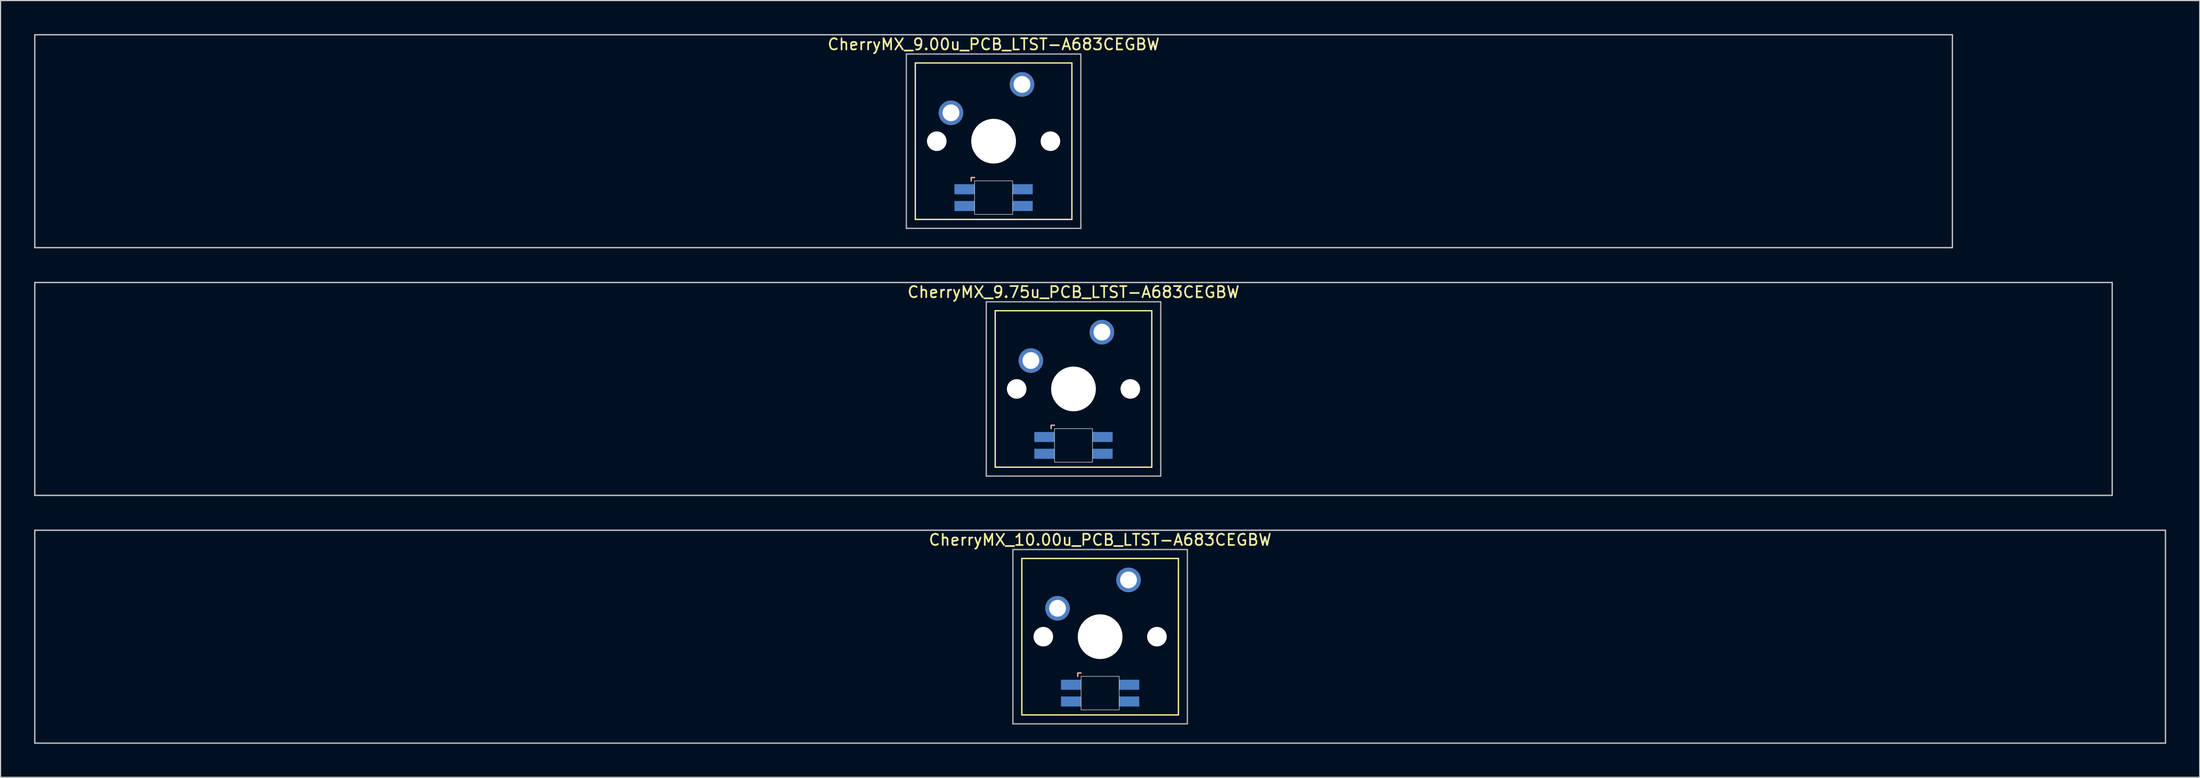
<source format=kicad_pcb>
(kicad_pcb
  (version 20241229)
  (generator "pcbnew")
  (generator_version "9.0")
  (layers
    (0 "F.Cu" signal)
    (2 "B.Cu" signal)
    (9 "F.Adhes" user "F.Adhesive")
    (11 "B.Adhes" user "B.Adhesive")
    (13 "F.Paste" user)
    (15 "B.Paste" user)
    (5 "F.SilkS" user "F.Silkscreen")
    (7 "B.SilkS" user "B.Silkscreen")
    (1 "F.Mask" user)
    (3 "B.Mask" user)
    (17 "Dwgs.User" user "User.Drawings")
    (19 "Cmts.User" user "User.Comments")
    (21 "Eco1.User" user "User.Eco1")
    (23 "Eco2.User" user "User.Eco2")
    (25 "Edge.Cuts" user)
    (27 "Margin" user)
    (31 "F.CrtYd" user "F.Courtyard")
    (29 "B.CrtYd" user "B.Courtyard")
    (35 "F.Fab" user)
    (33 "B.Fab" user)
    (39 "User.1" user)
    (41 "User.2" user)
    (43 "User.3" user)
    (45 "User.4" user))
  (footprint "CherryMX_10.00u_PCB_LTST-A683CEGBW"
    (layer "F.Cu")
    (at 95.31 53.925)
    (property "Reference" "CherryMX_10.00u_PCB_LTST-A683CEGBW" (at 0 -8.662 0) (layer "F.SilkS") (effects (font (size 1 1) (thickness 0.15))))
    (attr through_hole)
    (fp_line (start -7 -7) (end -7 7) (stroke (width 0.12) (type solid)) (layer "F.SilkS"))
    (fp_line (start -7 -7) (end 7 -7) (stroke (width 0.12) (type solid)) (layer "F.SilkS"))
    (fp_line (start 7 -7) (end 7 7) (stroke (width 0.12) (type solid)) (layer "F.SilkS"))
    (fp_line (start 7 7) (end -7 7) (stroke (width 0.12) (type solid)) (layer "F.SilkS"))
    (fp_line (start -2 3.25) (end -2 3.55) (stroke (width 0.12) (type solid)) (layer "B.SilkS"))
    (fp_line (start -1.7 3.25) (end -2 3.25) (stroke (width 0.12) (type solid)) (layer "B.SilkS"))
    (fp_line (start -95.25 -9.525) (end 95.25 -9.525) (stroke (width 0.12) (type solid)) (layer "Dwgs.User"))
    (fp_line (start -95.25 9.525) (end -95.25 -9.525) (stroke (width 0.12) (type solid)) (layer "Dwgs.User"))
    (fp_line (start 95.25 -9.525) (end 95.25 9.525) (stroke (width 0.12) (type solid)) (layer "Dwgs.User"))
    (fp_line (start 95.25 9.525) (end -95.25 9.525) (stroke (width 0.12) (type solid)) (layer "Dwgs.User"))
    (fp_line (start -1.7 3.55) (end 1.7 3.55) (stroke (width 0.05) (type solid)) (layer "Edge.Cuts"))
    (fp_line (start -1.7 6.55) (end -1.7 3.55) (stroke (width 0.05) (type solid)) (layer "Edge.Cuts"))
    (fp_line (start 1.7 3.55) (end 1.7 6.55) (stroke (width 0.05) (type solid)) (layer "Edge.Cuts"))
    (fp_line (start 1.7 6.55) (end -1.7 6.55) (stroke (width 0.05) (type solid)) (layer "Edge.Cuts"))
    (fp_line (start -7.8 -7.8) (end -7.8 7.8) (stroke (width 0.12) (type solid)) (layer "F.Fab"))
    (fp_line (start -7.8 -7.8) (end 7.8 -7.8) (stroke (width 0.12) (type solid)) (layer "F.Fab"))
    (fp_line (start -7.8 7.8) (end 7.8 7.8) (stroke (width 0.12) (type solid)) (layer "F.Fab"))
    (fp_line (start 7.8 -7.8) (end 7.8 7.8) (stroke (width 0.12) (type solid)) (layer "F.Fab"))
    (pad "" np_thru_hole circle (at -5.08 0) (size 1.75 1.75) (drill 1.75) (layers "*.Cu" "*.Mask"))
    (pad "" np_thru_hole circle (at 0 0) (size 4 4) (drill 4) (layers "*.Cu" "*.Mask"))
    (pad "" np_thru_hole circle (at 5.08 0) (size 1.75 1.75) (drill 1.75) (layers "*.Cu" "*.Mask"))
    (pad "1" thru_hole circle (at -3.81 -2.54) (size 2.2 2.2) (drill 1.5) (layers "*.Cu" "*.Mask"))
    (pad "2" thru_hole circle (at 2.54 -5.08) (size 2.2 2.2) (drill 1.5) (layers "*.Cu" "*.Mask"))
    (pad "3" smd rect (at -2.6 4.3) (size 1.8 0.9) (layers "B.Cu" "B.Mask" "B.Paste"))
    (pad "4" smd rect (at -2.6 5.8) (size 1.8 0.9) (layers "B.Cu" "B.Mask" "B.Paste"))
    (pad "5" smd rect (at 2.6 4.3) (size 1.8 0.9) (layers "B.Cu" "B.Mask" "B.Paste"))
    (pad "6" smd rect (at 2.6 5.8) (size 1.8 0.9) (layers "B.Cu" "B.Mask" "B.Paste")))
  (footprint "CherryMX_9.00u_PCB_LTST-A683CEGBW"
    (layer "F.Cu")
    (at 85.785 9.585)
    (property "Reference" "CherryMX_9.00u_PCB_LTST-A683CEGBW" (at 0 -8.662 0) (layer "F.SilkS") (effects (font (size 1 1) (thickness 0.15))))
    (attr through_hole)
    (fp_line (start -7 -7) (end -7 7) (stroke (width 0.12) (type solid)) (layer "F.SilkS"))
    (fp_line (start -7 -7) (end 7 -7) (stroke (width 0.12) (type solid)) (layer "F.SilkS"))
    (fp_line (start 7 -7) (end 7 7) (stroke (width 0.12) (type solid)) (layer "F.SilkS"))
    (fp_line (start 7 7) (end -7 7) (stroke (width 0.12) (type solid)) (layer "F.SilkS"))
    (fp_line (start -2 3.25) (end -2 3.55) (stroke (width 0.12) (type solid)) (layer "B.SilkS"))
    (fp_line (start -1.7 3.25) (end -2 3.25) (stroke (width 0.12) (type solid)) (layer "B.SilkS"))
    (fp_line (start -85.725 -9.525) (end 85.725 -9.525) (stroke (width 0.12) (type solid)) (layer "Dwgs.User"))
    (fp_line (start -85.725 9.525) (end -85.725 -9.525) (stroke (width 0.12) (type solid)) (layer "Dwgs.User"))
    (fp_line (start 85.725 -9.525) (end 85.725 9.525) (stroke (width 0.12) (type solid)) (layer "Dwgs.User"))
    (fp_line (start 85.725 9.525) (end -85.725 9.525) (stroke (width 0.12) (type solid)) (layer "Dwgs.User"))
    (fp_line (start -1.7 3.55) (end 1.7 3.55) (stroke (width 0.05) (type solid)) (layer "Edge.Cuts"))
    (fp_line (start -1.7 6.55) (end -1.7 3.55) (stroke (width 0.05) (type solid)) (layer "Edge.Cuts"))
    (fp_line (start 1.7 3.55) (end 1.7 6.55) (stroke (width 0.05) (type solid)) (layer "Edge.Cuts"))
    (fp_line (start 1.7 6.55) (end -1.7 6.55) (stroke (width 0.05) (type solid)) (layer "Edge.Cuts"))
    (fp_line (start -7.8 -7.8) (end -7.8 7.8) (stroke (width 0.12) (type solid)) (layer "F.Fab"))
    (fp_line (start -7.8 -7.8) (end 7.8 -7.8) (stroke (width 0.12) (type solid)) (layer "F.Fab"))
    (fp_line (start -7.8 7.8) (end 7.8 7.8) (stroke (width 0.12) (type solid)) (layer "F.Fab"))
    (fp_line (start 7.8 -7.8) (end 7.8 7.8) (stroke (width 0.12) (type solid)) (layer "F.Fab"))
    (pad "" np_thru_hole circle (at -5.08 0) (size 1.75 1.75) (drill 1.75) (layers "*.Cu" "*.Mask"))
    (pad "" np_thru_hole circle (at 0 0) (size 4 4) (drill 4) (layers "*.Cu" "*.Mask"))
    (pad "" np_thru_hole circle (at 5.08 0) (size 1.75 1.75) (drill 1.75) (layers "*.Cu" "*.Mask"))
    (pad "1" thru_hole circle (at -3.81 -2.54) (size 2.2 2.2) (drill 1.5) (layers "*.Cu" "*.Mask"))
    (pad "2" thru_hole circle (at 2.54 -5.08) (size 2.2 2.2) (drill 1.5) (layers "*.Cu" "*.Mask"))
    (pad "3" smd rect (at -2.6 4.3) (size 1.8 0.9) (layers "B.Cu" "B.Mask" "B.Paste"))
    (pad "4" smd rect (at -2.6 5.8) (size 1.8 0.9) (layers "B.Cu" "B.Mask" "B.Paste"))
    (pad "5" smd rect (at 2.6 4.3) (size 1.8 0.9) (layers "B.Cu" "B.Mask" "B.Paste"))
    (pad "6" smd rect (at 2.6 5.8) (size 1.8 0.9) (layers "B.Cu" "B.Mask" "B.Paste")))
  (footprint "CherryMX_9.75u_PCB_LTST-A683CEGBW"
    (layer "F.Cu")
    (at 92.929 31.755)
    (property "Reference" "CherryMX_9.75u_PCB_LTST-A683CEGBW" (at 0 -8.662 0) (layer "F.SilkS") (effects (font (size 1 1) (thickness 0.15))))
    (attr through_hole)
    (fp_line (start -7 -7) (end -7 7) (stroke (width 0.12) (type solid)) (layer "F.SilkS"))
    (fp_line (start -7 -7) (end 7 -7) (stroke (width 0.12) (type solid)) (layer "F.SilkS"))
    (fp_line (start 7 -7) (end 7 7) (stroke (width 0.12) (type solid)) (layer "F.SilkS"))
    (fp_line (start 7 7) (end -7 7) (stroke (width 0.12) (type solid)) (layer "F.SilkS"))
    (fp_line (start -2 3.25) (end -2 3.55) (stroke (width 0.12) (type solid)) (layer "B.SilkS"))
    (fp_line (start -1.7 3.25) (end -2 3.25) (stroke (width 0.12) (type solid)) (layer "B.SilkS"))
    (fp_line (start -92.869 -9.525) (end 92.869 -9.525) (stroke (width 0.12) (type solid)) (layer "Dwgs.User"))
    (fp_line (start -92.869 9.525) (end -92.869 -9.525) (stroke (width 0.12) (type solid)) (layer "Dwgs.User"))
    (fp_line (start 92.869 -9.525) (end 92.869 9.525) (stroke (width 0.12) (type solid)) (layer "Dwgs.User"))
    (fp_line (start 92.869 9.525) (end -92.869 9.525) (stroke (width 0.12) (type solid)) (layer "Dwgs.User"))
    (fp_line (start -1.7 3.55) (end 1.7 3.55) (stroke (width 0.05) (type solid)) (layer "Edge.Cuts"))
    (fp_line (start -1.7 6.55) (end -1.7 3.55) (stroke (width 0.05) (type solid)) (layer "Edge.Cuts"))
    (fp_line (start 1.7 3.55) (end 1.7 6.55) (stroke (width 0.05) (type solid)) (layer "Edge.Cuts"))
    (fp_line (start 1.7 6.55) (end -1.7 6.55) (stroke (width 0.05) (type solid)) (layer "Edge.Cuts"))
    (fp_line (start -7.8 -7.8) (end -7.8 7.8) (stroke (width 0.12) (type solid)) (layer "F.Fab"))
    (fp_line (start -7.8 -7.8) (end 7.8 -7.8) (stroke (width 0.12) (type solid)) (layer "F.Fab"))
    (fp_line (start -7.8 7.8) (end 7.8 7.8) (stroke (width 0.12) (type solid)) (layer "F.Fab"))
    (fp_line (start 7.8 -7.8) (end 7.8 7.8) (stroke (width 0.12) (type solid)) (layer "F.Fab"))
    (pad "" np_thru_hole circle (at -5.08 0) (size 1.75 1.75) (drill 1.75) (layers "*.Cu" "*.Mask"))
    (pad "" np_thru_hole circle (at 0 0) (size 4 4) (drill 4) (layers "*.Cu" "*.Mask"))
    (pad "" np_thru_hole circle (at 5.08 0) (size 1.75 1.75) (drill 1.75) (layers "*.Cu" "*.Mask"))
    (pad "1" thru_hole circle (at -3.81 -2.54) (size 2.2 2.2) (drill 1.5) (layers "*.Cu" "*.Mask"))
    (pad "2" thru_hole circle (at 2.54 -5.08) (size 2.2 2.2) (drill 1.5) (layers "*.Cu" "*.Mask"))
    (pad "3" smd rect (at -2.6 4.3) (size 1.8 0.9) (layers "B.Cu" "B.Mask" "B.Paste"))
    (pad "4" smd rect (at -2.6 5.8) (size 1.8 0.9) (layers "B.Cu" "B.Mask" "B.Paste"))
    (pad "5" smd rect (at 2.6 4.3) (size 1.8 0.9) (layers "B.Cu" "B.Mask" "B.Paste"))
    (pad "6" smd rect (at 2.6 5.8) (size 1.8 0.9) (layers "B.Cu" "B.Mask" "B.Paste")))
  (gr_rect
    (start -3 -3)
    (end 193.62 66.51)
    (stroke (width 0.1) (type default))
    (fill no)
    (layer "Edge.Cuts")))
</source>
